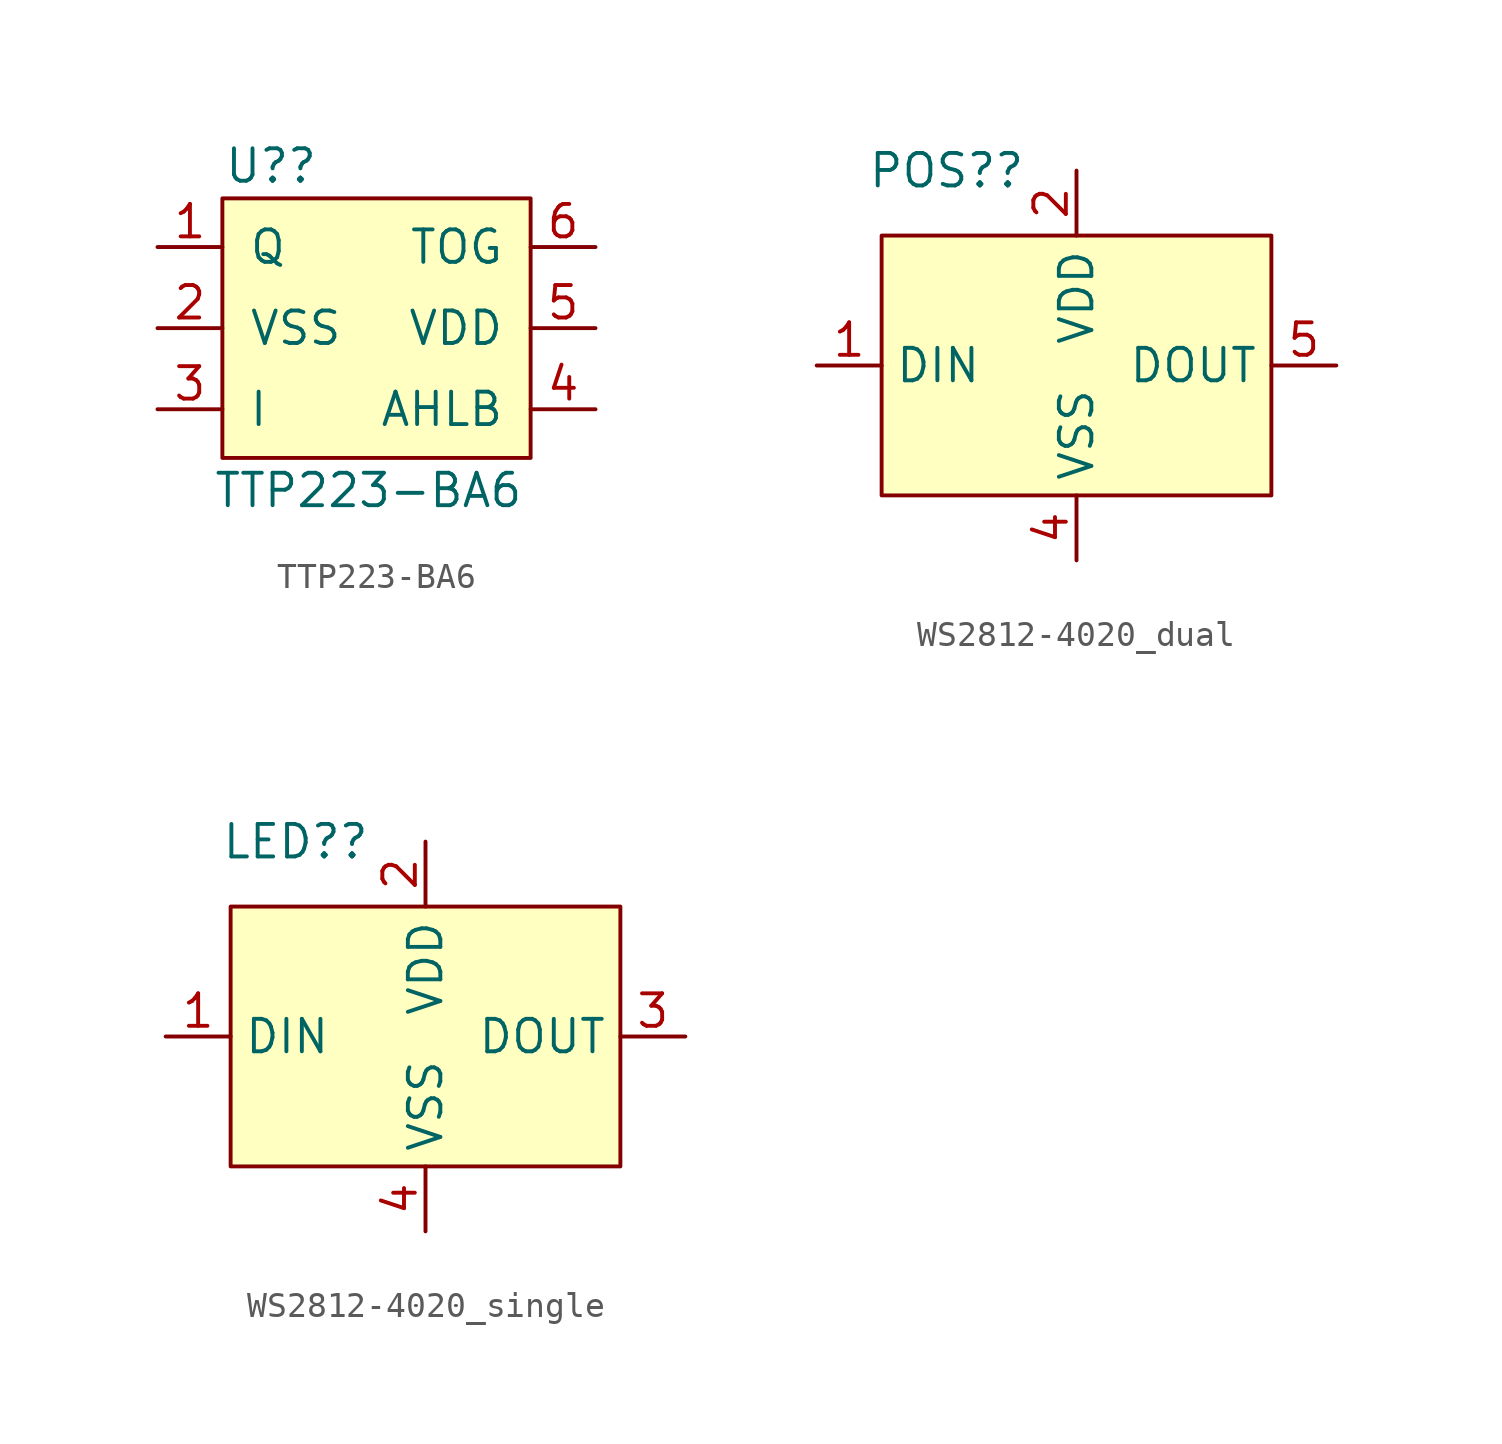
<source format=kicad_sym>
(kicad_symbol_lib
  (version 20211014)
  (generator kicad_symbol_editor)
  (symbol "TTP223-BA6"
    (pin_names
      (offset 1.016))
    (property "Reference" "U?"
      (at -3.81 11.43 0)
      (effects (font (size 1.27 1.27))))
    (property "Value" "TTP223-BA6"
      (at 0 -1.27 0)
      (effects (font (size 1.27 1.27))))
    (symbol "TTP223-BA6_0_1"
      (rectangle (start -5.715 10.16) (end 6.35 0) (stroke (width 0) (type default) (color 0 0 0 0)) (fill (type background))))
    (symbol "TTP223-BA6_1_1"
      (pin passive line (at -8.255 8.255 0) (length 2.54) (name "Q" (effects (font (size 1.27 1.27)))) (number "1" (effects (font (size 1.27 1.27)))))
      (pin passive line (at -8.255 5.08 0) (length 2.54) (name "VSS" (effects (font (size 1.27 1.27)))) (number "2" (effects (font (size 1.27 1.27)))))
      (pin passive line (at -8.255 1.905 0) (length 2.54) (name "I" (effects (font (size 1.27 1.27)))) (number "3" (effects (font (size 1.27 1.27)))))
      (pin passive line (at 8.89 1.905 180) (length 2.54) (name "AHLB" (effects (font (size 1.27 1.27)))) (number "4" (effects (font (size 1.27 1.27)))))
      (pin passive line (at 8.89 5.08 180) (length 2.54) (name "VDD" (effects (font (size 1.27 1.27)))) (number "5" (effects (font (size 1.27 1.27)))))
      (pin passive line (at 8.89 8.255 180) (length 2.54) (name "TOG" (effects (font (size 1.27 1.27)))) (number "6" (effects (font (size 1.27 1.27)))))))
  (symbol "WS2812-4020_dual"
    (property "Reference" "POS?"
      (at -5.08 7.62 0)
      (effects (font (size 1.27 1.27))))
    (symbol "WS2812-4020_dual_0_1"
      (rectangle (start -7.62 5.08) (end 7.62 -5.08) (stroke (width 0.152) (type default) (color 0 0 0 0)) (fill (type background))))
    (symbol "WS2812-4020_dual_1_1"
      (pin input line (at -10.16 0 0) (length 2.54) (name "DIN" (effects (font (size 1.27 1.27)))) (number "1" (effects (font (size 1.27 1.27)))))
      (pin input line (at 0 7.62 270) (length 2.54) (name "VDD" (effects (font (size 1.27 1.27)))) (number "2" (effects (font (size 1.27 1.27)))))
      (pin input line (at 0 -7.62 90) (length 2.54) (name "VSS" (effects (font (size 1.27 1.27)))) (number "4" (effects (font (size 1.27 1.27)))))
      (pin input line (at 10.16 0 180) (length 2.54) (name "DOUT" (effects (font (size 1.27 1.27)))) (number "5" (effects (font (size 1.27 1.27)))))))
  (symbol "WS2812-4020_single"
    (property "Reference" "LED?"
      (at -5.08 7.62 0)
      (effects (font (size 1.27 1.27))))
    (symbol "WS2812-4020_single_0_1"
      (rectangle (start -7.62 5.08) (end 7.62 -5.08) (stroke (width 0.152) (type default) (color 0 0 0 0)) (fill (type background))))
    (symbol "WS2812-4020_single_1_1"
      (pin input line (at -10.16 0 0) (length 2.54) (name "DIN" (effects (font (size 1.27 1.27)))) (number "1" (effects (font (size 1.27 1.27)))))
      (pin input line (at 0 7.62 270) (length 2.54) (name "VDD" (effects (font (size 1.27 1.27)))) (number "2" (effects (font (size 1.27 1.27)))))
      (pin input line (at 10.16 0 180) (length 2.54) (name "DOUT" (effects (font (size 1.27 1.27)))) (number "3" (effects (font (size 1.27 1.27)))))
      (pin input line (at 0 -7.62 90) (length 2.54) (name "VSS" (effects (font (size 1.27 1.27)))) (number "4" (effects (font (size 1.27 1.27))))))))
</source>
